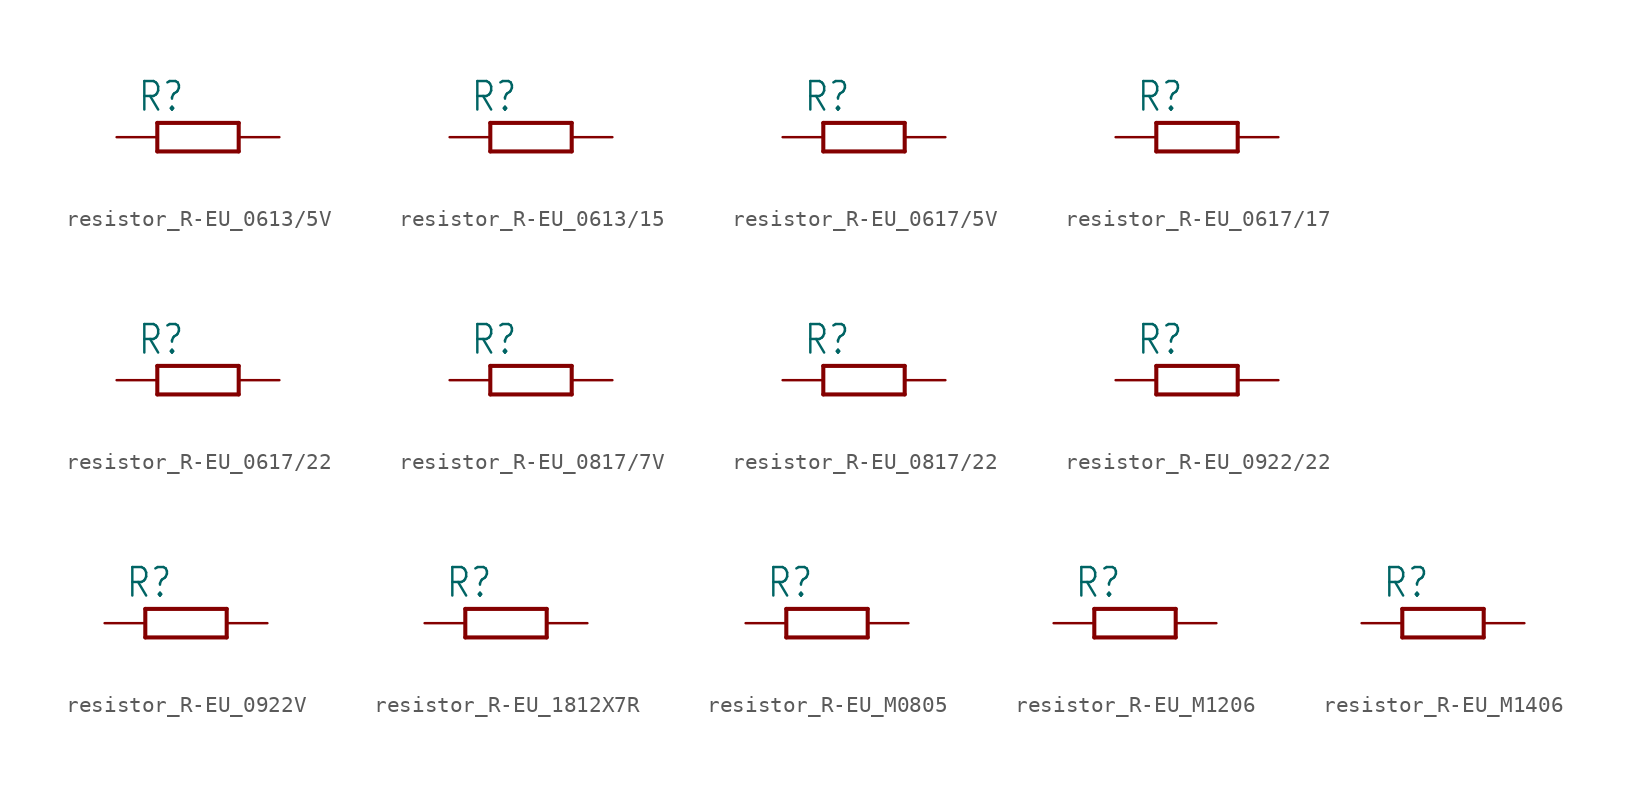
<source format=kicad_sym>
(kicad_symbol_lib
  (version 20220914)
  (generator kicad_symbol_editor)
  (symbol "resistor_R-EU_0613/5V"
    (property "Reference" "R"
      (at -3.81 1.499 0)
      (effects (font (size 1.778 1.511)) (justify left bottom)))
    (property "Value" ""
      (at -3.81 -3.302 0)
      (effects (font (size 1.778 1.511)) (justify left bottom)))
    (property "ki_locked" ""
      (at 0 0 0)
      (effects (font (size 1.27 1.27))))
    (symbol "resistor_R-EU_0613/5V_1_0"
      (polyline (pts (xy -2.54 -0.889) (xy -2.54 0.889)) (stroke (width 0.254) (type solid)) (fill (type none)))
      (polyline (pts (xy -2.54 -0.889) (xy 2.54 -0.889)) (stroke (width 0.254) (type solid)) (fill (type none)))
      (polyline (pts (xy 2.54 -0.889) (xy 2.54 0.889)) (stroke (width 0.254) (type solid)) (fill (type none)))
      (polyline (pts (xy 2.54 0.889) (xy -2.54 0.889)) (stroke (width 0.254) (type solid)) (fill (type none)))
      (pin passive line (at -5.08 0 0) (length 2.54) (name "1" (effects (font (size 0 0)))) (number "1" (effects (font (size 0 0)))))
      (pin passive line (at 5.08 0 180) (length 2.54) (name "2" (effects (font (size 0 0)))) (number "2" (effects (font (size 0 0)))))))
  (symbol "resistor_R-EU_0613/15"
    (property "Reference" "R"
      (at -3.81 1.499 0)
      (effects (font (size 1.778 1.511)) (justify left bottom)))
    (property "Value" ""
      (at -3.81 -3.302 0)
      (effects (font (size 1.778 1.511)) (justify left bottom)))
    (property "ki_locked" ""
      (at 0 0 0)
      (effects (font (size 1.27 1.27))))
    (symbol "resistor_R-EU_0613/15_1_0"
      (polyline (pts (xy -2.54 -0.889) (xy -2.54 0.889)) (stroke (width 0.254) (type solid)) (fill (type none)))
      (polyline (pts (xy -2.54 -0.889) (xy 2.54 -0.889)) (stroke (width 0.254) (type solid)) (fill (type none)))
      (polyline (pts (xy 2.54 -0.889) (xy 2.54 0.889)) (stroke (width 0.254) (type solid)) (fill (type none)))
      (polyline (pts (xy 2.54 0.889) (xy -2.54 0.889)) (stroke (width 0.254) (type solid)) (fill (type none)))
      (pin passive line (at -5.08 0 0) (length 2.54) (name "1" (effects (font (size 0 0)))) (number "1" (effects (font (size 0 0)))))
      (pin passive line (at 5.08 0 180) (length 2.54) (name "2" (effects (font (size 0 0)))) (number "2" (effects (font (size 0 0)))))))
  (symbol "resistor_R-EU_0617/5V"
    (property "Reference" "R"
      (at -3.81 1.499 0)
      (effects (font (size 1.778 1.511)) (justify left bottom)))
    (property "Value" ""
      (at -3.81 -3.302 0)
      (effects (font (size 1.778 1.511)) (justify left bottom)))
    (property "ki_locked" ""
      (at 0 0 0)
      (effects (font (size 1.27 1.27))))
    (symbol "resistor_R-EU_0617/5V_1_0"
      (polyline (pts (xy -2.54 -0.889) (xy -2.54 0.889)) (stroke (width 0.254) (type solid)) (fill (type none)))
      (polyline (pts (xy -2.54 -0.889) (xy 2.54 -0.889)) (stroke (width 0.254) (type solid)) (fill (type none)))
      (polyline (pts (xy 2.54 -0.889) (xy 2.54 0.889)) (stroke (width 0.254) (type solid)) (fill (type none)))
      (polyline (pts (xy 2.54 0.889) (xy -2.54 0.889)) (stroke (width 0.254) (type solid)) (fill (type none)))
      (pin passive line (at -5.08 0 0) (length 2.54) (name "1" (effects (font (size 0 0)))) (number "1" (effects (font (size 0 0)))))
      (pin passive line (at 5.08 0 180) (length 2.54) (name "2" (effects (font (size 0 0)))) (number "2" (effects (font (size 0 0)))))))
  (symbol "resistor_R-EU_0617/17"
    (property "Reference" "R"
      (at -3.81 1.499 0)
      (effects (font (size 1.778 1.511)) (justify left bottom)))
    (property "Value" ""
      (at -3.81 -3.302 0)
      (effects (font (size 1.778 1.511)) (justify left bottom)))
    (property "ki_locked" ""
      (at 0 0 0)
      (effects (font (size 1.27 1.27))))
    (symbol "resistor_R-EU_0617/17_1_0"
      (polyline (pts (xy -2.54 -0.889) (xy -2.54 0.889)) (stroke (width 0.254) (type solid)) (fill (type none)))
      (polyline (pts (xy -2.54 -0.889) (xy 2.54 -0.889)) (stroke (width 0.254) (type solid)) (fill (type none)))
      (polyline (pts (xy 2.54 -0.889) (xy 2.54 0.889)) (stroke (width 0.254) (type solid)) (fill (type none)))
      (polyline (pts (xy 2.54 0.889) (xy -2.54 0.889)) (stroke (width 0.254) (type solid)) (fill (type none)))
      (pin passive line (at -5.08 0 0) (length 2.54) (name "1" (effects (font (size 0 0)))) (number "1" (effects (font (size 0 0)))))
      (pin passive line (at 5.08 0 180) (length 2.54) (name "2" (effects (font (size 0 0)))) (number "2" (effects (font (size 0 0)))))))
  (symbol "resistor_R-EU_0617/22"
    (property "Reference" "R"
      (at -3.81 1.499 0)
      (effects (font (size 1.778 1.511)) (justify left bottom)))
    (property "Value" ""
      (at -3.81 -3.302 0)
      (effects (font (size 1.778 1.511)) (justify left bottom)))
    (property "ki_locked" ""
      (at 0 0 0)
      (effects (font (size 1.27 1.27))))
    (symbol "resistor_R-EU_0617/22_1_0"
      (polyline (pts (xy -2.54 -0.889) (xy -2.54 0.889)) (stroke (width 0.254) (type solid)) (fill (type none)))
      (polyline (pts (xy -2.54 -0.889) (xy 2.54 -0.889)) (stroke (width 0.254) (type solid)) (fill (type none)))
      (polyline (pts (xy 2.54 -0.889) (xy 2.54 0.889)) (stroke (width 0.254) (type solid)) (fill (type none)))
      (polyline (pts (xy 2.54 0.889) (xy -2.54 0.889)) (stroke (width 0.254) (type solid)) (fill (type none)))
      (pin passive line (at -5.08 0 0) (length 2.54) (name "1" (effects (font (size 0 0)))) (number "1" (effects (font (size 0 0)))))
      (pin passive line (at 5.08 0 180) (length 2.54) (name "2" (effects (font (size 0 0)))) (number "2" (effects (font (size 0 0)))))))
  (symbol "resistor_R-EU_0817/7V"
    (property "Reference" "R"
      (at -3.81 1.499 0)
      (effects (font (size 1.778 1.511)) (justify left bottom)))
    (property "Value" ""
      (at -3.81 -3.302 0)
      (effects (font (size 1.778 1.511)) (justify left bottom)))
    (property "ki_locked" ""
      (at 0 0 0)
      (effects (font (size 1.27 1.27))))
    (symbol "resistor_R-EU_0817/7V_1_0"
      (polyline (pts (xy -2.54 -0.889) (xy -2.54 0.889)) (stroke (width 0.254) (type solid)) (fill (type none)))
      (polyline (pts (xy -2.54 -0.889) (xy 2.54 -0.889)) (stroke (width 0.254) (type solid)) (fill (type none)))
      (polyline (pts (xy 2.54 -0.889) (xy 2.54 0.889)) (stroke (width 0.254) (type solid)) (fill (type none)))
      (polyline (pts (xy 2.54 0.889) (xy -2.54 0.889)) (stroke (width 0.254) (type solid)) (fill (type none)))
      (pin passive line (at -5.08 0 0) (length 2.54) (name "1" (effects (font (size 0 0)))) (number "1" (effects (font (size 0 0)))))
      (pin passive line (at 5.08 0 180) (length 2.54) (name "2" (effects (font (size 0 0)))) (number "2" (effects (font (size 0 0)))))))
  (symbol "resistor_R-EU_0817/22"
    (property "Reference" "R"
      (at -3.81 1.499 0)
      (effects (font (size 1.778 1.511)) (justify left bottom)))
    (property "Value" ""
      (at -3.81 -3.302 0)
      (effects (font (size 1.778 1.511)) (justify left bottom)))
    (property "ki_locked" ""
      (at 0 0 0)
      (effects (font (size 1.27 1.27))))
    (symbol "resistor_R-EU_0817/22_1_0"
      (polyline (pts (xy -2.54 -0.889) (xy -2.54 0.889)) (stroke (width 0.254) (type solid)) (fill (type none)))
      (polyline (pts (xy -2.54 -0.889) (xy 2.54 -0.889)) (stroke (width 0.254) (type solid)) (fill (type none)))
      (polyline (pts (xy 2.54 -0.889) (xy 2.54 0.889)) (stroke (width 0.254) (type solid)) (fill (type none)))
      (polyline (pts (xy 2.54 0.889) (xy -2.54 0.889)) (stroke (width 0.254) (type solid)) (fill (type none)))
      (pin passive line (at -5.08 0 0) (length 2.54) (name "1" (effects (font (size 0 0)))) (number "1" (effects (font (size 0 0)))))
      (pin passive line (at 5.08 0 180) (length 2.54) (name "2" (effects (font (size 0 0)))) (number "2" (effects (font (size 0 0)))))))
  (symbol "resistor_R-EU_0922/22"
    (property "Reference" "R"
      (at -3.81 1.499 0)
      (effects (font (size 1.778 1.511)) (justify left bottom)))
    (property "Value" ""
      (at -3.81 -3.302 0)
      (effects (font (size 1.778 1.511)) (justify left bottom)))
    (property "ki_locked" ""
      (at 0 0 0)
      (effects (font (size 1.27 1.27))))
    (symbol "resistor_R-EU_0922/22_1_0"
      (polyline (pts (xy -2.54 -0.889) (xy -2.54 0.889)) (stroke (width 0.254) (type solid)) (fill (type none)))
      (polyline (pts (xy -2.54 -0.889) (xy 2.54 -0.889)) (stroke (width 0.254) (type solid)) (fill (type none)))
      (polyline (pts (xy 2.54 -0.889) (xy 2.54 0.889)) (stroke (width 0.254) (type solid)) (fill (type none)))
      (polyline (pts (xy 2.54 0.889) (xy -2.54 0.889)) (stroke (width 0.254) (type solid)) (fill (type none)))
      (pin passive line (at -5.08 0 0) (length 2.54) (name "1" (effects (font (size 0 0)))) (number "1" (effects (font (size 0 0)))))
      (pin passive line (at 5.08 0 180) (length 2.54) (name "2" (effects (font (size 0 0)))) (number "2" (effects (font (size 0 0)))))))
  (symbol "resistor_R-EU_0922V"
    (property "Reference" "R"
      (at -3.81 1.499 0)
      (effects (font (size 1.778 1.511)) (justify left bottom)))
    (property "Value" ""
      (at -3.81 -3.302 0)
      (effects (font (size 1.778 1.511)) (justify left bottom)))
    (property "ki_locked" ""
      (at 0 0 0)
      (effects (font (size 1.27 1.27))))
    (symbol "resistor_R-EU_0922V_1_0"
      (polyline (pts (xy -2.54 -0.889) (xy -2.54 0.889)) (stroke (width 0.254) (type solid)) (fill (type none)))
      (polyline (pts (xy -2.54 -0.889) (xy 2.54 -0.889)) (stroke (width 0.254) (type solid)) (fill (type none)))
      (polyline (pts (xy 2.54 -0.889) (xy 2.54 0.889)) (stroke (width 0.254) (type solid)) (fill (type none)))
      (polyline (pts (xy 2.54 0.889) (xy -2.54 0.889)) (stroke (width 0.254) (type solid)) (fill (type none)))
      (pin passive line (at -5.08 0 0) (length 2.54) (name "1" (effects (font (size 0 0)))) (number "1" (effects (font (size 0 0)))))
      (pin passive line (at 5.08 0 180) (length 2.54) (name "2" (effects (font (size 0 0)))) (number "2" (effects (font (size 0 0)))))))
  (symbol "resistor_R-EU_1812X7R"
    (property "Reference" "R"
      (at -3.81 1.499 0)
      (effects (font (size 1.778 1.511)) (justify left bottom)))
    (property "Value" ""
      (at -3.81 -3.302 0)
      (effects (font (size 1.778 1.511)) (justify left bottom)))
    (property "ki_locked" ""
      (at 0 0 0)
      (effects (font (size 1.27 1.27))))
    (symbol "resistor_R-EU_1812X7R_1_0"
      (polyline (pts (xy -2.54 -0.889) (xy -2.54 0.889)) (stroke (width 0.254) (type solid)) (fill (type none)))
      (polyline (pts (xy -2.54 -0.889) (xy 2.54 -0.889)) (stroke (width 0.254) (type solid)) (fill (type none)))
      (polyline (pts (xy 2.54 -0.889) (xy 2.54 0.889)) (stroke (width 0.254) (type solid)) (fill (type none)))
      (polyline (pts (xy 2.54 0.889) (xy -2.54 0.889)) (stroke (width 0.254) (type solid)) (fill (type none)))
      (pin passive line (at -5.08 0 0) (length 2.54) (name "1" (effects (font (size 0 0)))) (number "1" (effects (font (size 0 0)))))
      (pin passive line (at 5.08 0 180) (length 2.54) (name "2" (effects (font (size 0 0)))) (number "2" (effects (font (size 0 0)))))))
  (symbol "resistor_R-EU_M0805"
    (property "Reference" "R"
      (at -3.81 1.499 0)
      (effects (font (size 1.778 1.511)) (justify left bottom)))
    (property "Value" ""
      (at -3.81 -3.302 0)
      (effects (font (size 1.778 1.511)) (justify left bottom)))
    (property "ki_locked" ""
      (at 0 0 0)
      (effects (font (size 1.27 1.27))))
    (symbol "resistor_R-EU_M0805_1_0"
      (polyline (pts (xy -2.54 -0.889) (xy -2.54 0.889)) (stroke (width 0.254) (type solid)) (fill (type none)))
      (polyline (pts (xy -2.54 -0.889) (xy 2.54 -0.889)) (stroke (width 0.254) (type solid)) (fill (type none)))
      (polyline (pts (xy 2.54 -0.889) (xy 2.54 0.889)) (stroke (width 0.254) (type solid)) (fill (type none)))
      (polyline (pts (xy 2.54 0.889) (xy -2.54 0.889)) (stroke (width 0.254) (type solid)) (fill (type none)))
      (pin passive line (at -5.08 0 0) (length 2.54) (name "1" (effects (font (size 0 0)))) (number "1" (effects (font (size 0 0)))))
      (pin passive line (at 5.08 0 180) (length 2.54) (name "2" (effects (font (size 0 0)))) (number "2" (effects (font (size 0 0)))))))
  (symbol "resistor_R-EU_M1206"
    (property "Reference" "R"
      (at -3.81 1.499 0)
      (effects (font (size 1.778 1.511)) (justify left bottom)))
    (property "Value" ""
      (at -3.81 -3.302 0)
      (effects (font (size 1.778 1.511)) (justify left bottom)))
    (property "ki_locked" ""
      (at 0 0 0)
      (effects (font (size 1.27 1.27))))
    (symbol "resistor_R-EU_M1206_1_0"
      (polyline (pts (xy -2.54 -0.889) (xy -2.54 0.889)) (stroke (width 0.254) (type solid)) (fill (type none)))
      (polyline (pts (xy -2.54 -0.889) (xy 2.54 -0.889)) (stroke (width 0.254) (type solid)) (fill (type none)))
      (polyline (pts (xy 2.54 -0.889) (xy 2.54 0.889)) (stroke (width 0.254) (type solid)) (fill (type none)))
      (polyline (pts (xy 2.54 0.889) (xy -2.54 0.889)) (stroke (width 0.254) (type solid)) (fill (type none)))
      (pin passive line (at -5.08 0 0) (length 2.54) (name "1" (effects (font (size 0 0)))) (number "1" (effects (font (size 0 0)))))
      (pin passive line (at 5.08 0 180) (length 2.54) (name "2" (effects (font (size 0 0)))) (number "2" (effects (font (size 0 0)))))))
  (symbol "resistor_R-EU_M1406"
    (property "Reference" "R"
      (at -3.81 1.499 0)
      (effects (font (size 1.778 1.511)) (justify left bottom)))
    (property "Value" ""
      (at -3.81 -3.302 0)
      (effects (font (size 1.778 1.511)) (justify left bottom)))
    (property "ki_locked" ""
      (at 0 0 0)
      (effects (font (size 1.27 1.27))))
    (symbol "resistor_R-EU_M1406_1_0"
      (polyline (pts (xy -2.54 -0.889) (xy -2.54 0.889)) (stroke (width 0.254) (type solid)) (fill (type none)))
      (polyline (pts (xy -2.54 -0.889) (xy 2.54 -0.889)) (stroke (width 0.254) (type solid)) (fill (type none)))
      (polyline (pts (xy 2.54 -0.889) (xy 2.54 0.889)) (stroke (width 0.254) (type solid)) (fill (type none)))
      (polyline (pts (xy 2.54 0.889) (xy -2.54 0.889)) (stroke (width 0.254) (type solid)) (fill (type none)))
      (pin passive line (at -5.08 0 0) (length 2.54) (name "1" (effects (font (size 0 0)))) (number "1" (effects (font (size 0 0)))))
      (pin passive line (at 5.08 0 180) (length 2.54) (name "2" (effects (font (size 0 0)))) (number "2" (effects (font (size 0 0))))))))
</source>
